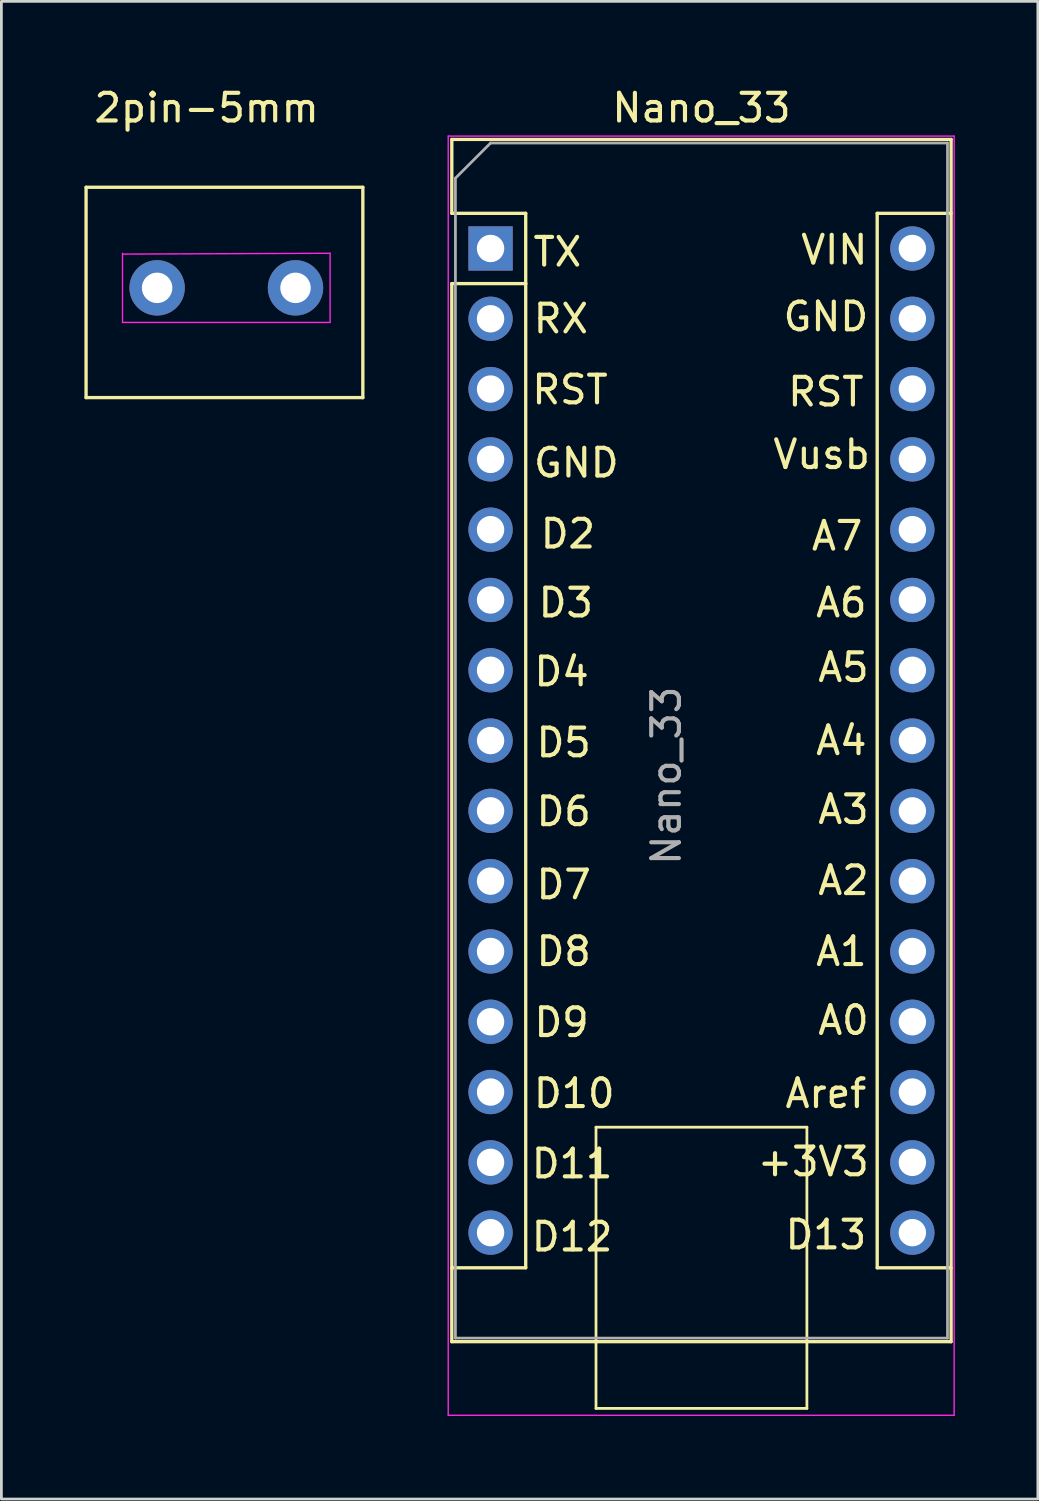
<source format=kicad_pcb>
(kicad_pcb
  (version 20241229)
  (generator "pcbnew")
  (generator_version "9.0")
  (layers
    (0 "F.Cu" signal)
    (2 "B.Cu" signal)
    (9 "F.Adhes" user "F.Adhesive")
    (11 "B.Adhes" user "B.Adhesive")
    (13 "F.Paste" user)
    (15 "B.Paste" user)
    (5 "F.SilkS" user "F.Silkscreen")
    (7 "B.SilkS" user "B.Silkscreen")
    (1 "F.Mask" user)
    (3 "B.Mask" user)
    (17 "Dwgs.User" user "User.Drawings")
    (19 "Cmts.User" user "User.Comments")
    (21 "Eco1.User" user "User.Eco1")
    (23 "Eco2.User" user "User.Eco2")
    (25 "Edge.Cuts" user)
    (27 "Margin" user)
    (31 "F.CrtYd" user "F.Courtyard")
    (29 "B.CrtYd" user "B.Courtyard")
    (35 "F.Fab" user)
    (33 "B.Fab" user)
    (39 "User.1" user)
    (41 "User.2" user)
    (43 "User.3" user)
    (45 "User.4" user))
  (footprint "2pin-5mm"
    (layer "F.Cu")
    (at 4.06 5.217)
    (property "Reference" "2pin-5mm" (at 0.356 -4.369 0) (layer "F.SilkS") (effects (font (size 1 1) (thickness 0.15))))
    (attr through_hole)
    (fp_line (start -4 -1.5) (end 6 -1.5) (stroke (width 0.12) (type solid)) (layer "F.SilkS"))
    (fp_line (start -4 6.1) (end -4 -1.5) (stroke (width 0.12) (type solid)) (layer "F.SilkS"))
    (fp_line (start 6 -1.5) (end 6 6.1) (stroke (width 0.12) (type solid)) (layer "F.SilkS"))
    (fp_line (start 6 6.1) (end -4 6.1) (stroke (width 0.12) (type solid)) (layer "F.SilkS"))
    (fp_line (start -2.683 3.384) (end -2.683 0.884) (stroke (width 0.05) (type solid)) (layer "F.CrtYd"))
    (fp_line (start -2.674 0.914) (end 4.817 0.884) (stroke (width 0.05) (type solid)) (layer "F.CrtYd"))
    (fp_line (start 4.817 0.884) (end 4.817 3.384) (stroke (width 0.05) (type solid)) (layer "F.CrtYd"))
    (fp_line (start 4.817 3.384) (end -2.683 3.384) (stroke (width 0.05) (type solid)) (layer "F.CrtYd"))
    (pad "1" thru_hole circle (at -1.433 2.134) (size 2 2) (drill 1.1) (layers "*.Cu" "*.Mask"))
    (pad "2" thru_hole circle (at 3.567 2.134) (size 2 2) (drill 1.1) (layers "*.Cu" "*.Mask")))
  (footprint "Nano_33"
    (layer "F.Cu")
    (at 14.675 5.928)
    (property "Reference" "Nano_33" (at 7.62 -5.08 0) (layer "F.SilkS") (effects (font (size 1 1) (thickness 0.15))))
    (attr through_hole)
    (fp_line (start -1.4 -3.94) (end -1.4 -1.27) (stroke (width 0.12) (type solid)) (layer "F.SilkS"))
    (fp_line (start -1.4 1.27) (end -1.4 39.5) (stroke (width 0.12) (type solid)) (layer "F.SilkS"))
    (fp_line (start -1.4 39.5) (end 16.64 39.5) (stroke (width 0.12) (type solid)) (layer "F.SilkS"))
    (fp_line (start 1.27 -1.27) (end -1.4 -1.27) (stroke (width 0.12) (type solid)) (layer "F.SilkS"))
    (fp_line (start 1.27 1.27) (end -1.4 1.27) (stroke (width 0.12) (type solid)) (layer "F.SilkS"))
    (fp_line (start 1.27 1.27) (end 1.27 -1.27) (stroke (width 0.12) (type solid)) (layer "F.SilkS"))
    (fp_line (start 1.27 1.27) (end 1.27 36.83) (stroke (width 0.12) (type solid)) (layer "F.SilkS"))
    (fp_line (start 1.27 36.83) (end -1.4 36.83) (stroke (width 0.12) (type solid)) (layer "F.SilkS"))
    (fp_line (start 3.81 31.75) (end 11.43 31.75) (stroke (width 0.1) (type solid)) (layer "F.SilkS"))
    (fp_line (start 3.81 41.91) (end 3.81 31.75) (stroke (width 0.1) (type solid)) (layer "F.SilkS"))
    (fp_line (start 11.43 31.75) (end 11.43 41.91) (stroke (width 0.1) (type solid)) (layer "F.SilkS"))
    (fp_line (start 11.43 41.91) (end 3.81 41.91) (stroke (width 0.1) (type solid)) (layer "F.SilkS"))
    (fp_line (start 13.97 -1.27) (end 13.97 36.83) (stroke (width 0.12) (type solid)) (layer "F.SilkS"))
    (fp_line (start 13.97 -1.27) (end 16.64 -1.27) (stroke (width 0.12) (type solid)) (layer "F.SilkS"))
    (fp_line (start 13.97 36.83) (end 16.64 36.83) (stroke (width 0.12) (type solid)) (layer "F.SilkS"))
    (fp_line (start 16.64 -3.94) (end -1.4 -3.94) (stroke (width 0.12) (type solid)) (layer "F.SilkS"))
    (fp_line (start 16.64 39.5) (end 16.64 -3.94) (stroke (width 0.12) (type solid)) (layer "F.SilkS"))
    (fp_line (start -1.53 -4.06) (end -1.53 42.16) (stroke (width 0.05) (type solid)) (layer "F.CrtYd"))
    (fp_line (start -1.53 -4.06) (end 16.75 -4.06) (stroke (width 0.05) (type solid)) (layer "F.CrtYd"))
    (fp_line (start 16.75 42.16) (end -1.53 42.16) (stroke (width 0.05) (type solid)) (layer "F.CrtYd"))
    (fp_line (start 16.75 42.16) (end 16.75 -4.06) (stroke (width 0.05) (type solid)) (layer "F.CrtYd"))
    (fp_line (start -1.27 -2.54) (end 0 -3.81) (stroke (width 0.1) (type solid)) (layer "F.Fab"))
    (fp_line (start -1.27 39.37) (end -1.27 -2.54) (stroke (width 0.1) (type solid)) (layer "F.Fab"))
    (fp_line (start 0 -3.81) (end 16.51 -3.81) (stroke (width 0.1) (type solid)) (layer "F.Fab"))
    (fp_line (start 16.51 -3.81) (end 16.51 39.37) (stroke (width 0.1) (type solid)) (layer "F.Fab"))
    (fp_line (start 16.51 39.37) (end -1.27 39.37) (stroke (width 0.1) (type solid)) (layer "F.Fab"))
    (fp_text user "D4" (at 2.565 15.291 0) (layer "F.SilkS") (effects (font (size 1 1) (thickness 0.15))))
    (fp_text user "D11" (at 2.946 33.071 0) (layer "F.SilkS") (effects (font (size 1 1) (thickness 0.15))))
    (fp_text user "A0" (at 12.751 27.889 0) (layer "F.SilkS") (effects (font (size 1 1) (thickness 0.15))))
    (fp_text user "D5" (at 2.642 17.856 0) (layer "F.SilkS") (effects (font (size 1 1) (thickness 0.15))))
    (fp_text user "A5" (at 12.751 15.138 0) (layer "F.SilkS") (effects (font (size 1 1) (thickness 0.15))))
    (fp_text user "A2" (at 12.751 22.835 0) (layer "F.SilkS") (effects (font (size 1 1) (thickness 0.15))))
    (fp_text user "D6" (at 2.642 20.345 0) (layer "F.SilkS") (effects (font (size 1 1) (thickness 0.15))))
    (fp_text user "A3" (at 12.751 20.269 0) (layer "F.SilkS") (effects (font (size 1 1) (thickness 0.15))))
    (fp_text user "D10" (at 3.023 30.531 0) (layer "F.SilkS") (effects (font (size 1 1) (thickness 0.15))))
    (fp_text user "GND" (at 12.116 2.464 0) (layer "F.SilkS") (effects (font (size 1 1) (thickness 0.15))))
    (fp_text user "VIN" (at 12.421 0.051 0) (layer "F.SilkS") (effects (font (size 1 1) (thickness 0.15))))
    (fp_text user "A1" (at 12.675 25.4 0) (layer "F.SilkS") (effects (font (size 1 1) (thickness 0.15))))
    (fp_text user "RX" (at 2.54 2.54 0) (layer "F.SilkS") (effects (font (size 1 1) (thickness 0.15))))
    (fp_text user "Aref" (at 12.116 30.531 0) (layer "F.SilkS") (effects (font (size 1 1) (thickness 0.15))))
    (fp_text user "TX" (at 2.413 0.127 0) (layer "F.SilkS") (effects (font (size 1 1) (thickness 0.15))))
    (fp_text user "GND" (at 3.099 7.747 0) (layer "F.SilkS") (effects (font (size 1 1) (thickness 0.15))))
    (fp_text user "D8" (at 2.642 25.4 0) (layer "F.SilkS") (effects (font (size 1 1) (thickness 0.15))))
    (fp_text user "A4" (at 12.675 17.78 0) (layer "F.SilkS") (effects (font (size 1 1) (thickness 0.15))))
    (fp_text user "RST" (at 12.116 5.182 0) (layer "F.SilkS") (effects (font (size 1 1) (thickness 0.15))))
    (fp_text user "D13" (at 12.116 35.636 0) (layer "F.SilkS") (effects (font (size 1 1) (thickness 0.15))))
    (fp_text user "D3" (at 2.718 12.802 0) (layer "F.SilkS") (effects (font (size 1 1) (thickness 0.15))))
    (fp_text user "A7" (at 12.522 10.389 0) (layer "F.SilkS") (effects (font (size 1 1) (thickness 0.15))))
    (fp_text user "A6" (at 12.675 12.802 0) (layer "F.SilkS") (effects (font (size 1 1) (thickness 0.15))))
    (fp_text user "Vusb" (at 11.963 7.442 0) (layer "F.SilkS") (effects (font (size 1 1) (thickness 0.15))))
    (fp_text user "RST" (at 2.87 5.105 0) (layer "F.SilkS") (effects (font (size 1 1) (thickness 0.15))))
    (fp_text user "D12" (at 2.946 35.712 0) (layer "F.SilkS") (effects (font (size 1 1) (thickness 0.15))))
    (fp_text user "+3V3" (at 11.659 32.995 0) (layer "F.SilkS") (effects (font (size 1 1) (thickness 0.15))))
    (fp_text user "D2" (at 2.794 10.312 0) (layer "F.SilkS") (effects (font (size 1 1) (thickness 0.15))))
    (fp_text user "D7" (at 2.642 22.987 0) (layer "F.SilkS") (effects (font (size 1 1) (thickness 0.15))))
    (fp_text user "D9" (at 2.565 27.965 0) (layer "F.SilkS") (effects (font (size 1 1) (thickness 0.15))))
    (fp_text user "${REFERENCE}" (at 6.35 19.05 270) (layer "F.Fab") (effects (font (size 1 1) (thickness 0.15))))
    (pad "1" thru_hole oval (at 15.24 35.56) (size 1.6 1.6) (drill 0.991) (layers "*.Cu" "*.Mask"))
    (pad "2" thru_hole oval (at 15.24 33.02) (size 1.6 1.6) (drill 0.991) (layers "*.Cu" "*.Mask"))
    (pad "3" thru_hole oval (at 15.24 30.48) (size 1.6 1.6) (drill 0.991) (layers "*.Cu" "*.Mask"))
    (pad "4" thru_hole oval (at 15.24 27.94) (size 1.6 1.6) (drill 0.991) (layers "*.Cu" "*.Mask"))
    (pad "5" thru_hole oval (at 15.24 25.4) (size 1.6 1.6) (drill 0.991) (layers "*.Cu" "*.Mask"))
    (pad "6" thru_hole oval (at 15.24 22.86) (size 1.6 1.6) (drill 0.991) (layers "*.Cu" "*.Mask"))
    (pad "7" thru_hole oval (at 15.24 20.32) (size 1.6 1.6) (drill 0.991) (layers "*.Cu" "*.Mask"))
    (pad "8" thru_hole oval (at 15.24 17.78) (size 1.6 1.6) (drill 0.991) (layers "*.Cu" "*.Mask"))
    (pad "9" thru_hole oval (at 15.24 15.24) (size 1.6 1.6) (drill 0.991) (layers "*.Cu" "*.Mask"))
    (pad "10" thru_hole oval (at 15.24 12.7) (size 1.6 1.6) (drill 0.991) (layers "*.Cu" "*.Mask"))
    (pad "11" thru_hole oval (at 15.24 10.16) (size 1.6 1.6) (drill 0.991) (layers "*.Cu" "*.Mask"))
    (pad "12" thru_hole oval (at 15.24 7.62) (size 1.6 1.6) (drill 0.991) (layers "*.Cu" "*.Mask"))
    (pad "13" thru_hole oval (at 15.24 5.08) (size 1.6 1.6) (drill 0.991) (layers "*.Cu" "*.Mask"))
    (pad "14" thru_hole oval (at 15.24 2.54) (size 1.6 1.6) (drill 0.991) (layers "*.Cu" "*.Mask"))
    (pad "15" thru_hole oval (at 15.24 0) (size 1.6 1.6) (drill 0.991) (layers "*.Cu" "*.Mask"))
    (pad "16" thru_hole rect (at 0 0) (size 1.6 1.6) (drill 0.991) (layers "*.Cu" "*.Mask"))
    (pad "17" thru_hole oval (at 0 2.54) (size 1.6 1.6) (drill 0.991) (layers "*.Cu" "*.Mask"))
    (pad "18" thru_hole oval (at 0 5.08) (size 1.6 1.6) (drill 0.991) (layers "*.Cu" "*.Mask"))
    (pad "19" thru_hole oval (at 0 7.62) (size 1.6 1.6) (drill 0.991) (layers "*.Cu" "*.Mask"))
    (pad "20" thru_hole oval (at 0 10.16) (size 1.6 1.6) (drill 0.991) (layers "*.Cu" "*.Mask"))
    (pad "21" thru_hole oval (at 0 12.7) (size 1.6 1.6) (drill 0.991) (layers "*.Cu" "*.Mask"))
    (pad "22" thru_hole oval (at 0 15.24) (size 1.6 1.6) (drill 0.991) (layers "*.Cu" "*.Mask"))
    (pad "23" thru_hole oval (at 0 17.78) (size 1.6 1.6) (drill 0.991) (layers "*.Cu" "*.Mask"))
    (pad "24" thru_hole oval (at 0 20.32) (size 1.6 1.6) (drill 0.991) (layers "*.Cu" "*.Mask"))
    (pad "25" thru_hole oval (at 0 22.86) (size 1.6 1.6) (drill 0.991) (layers "*.Cu" "*.Mask"))
    (pad "26" thru_hole oval (at 0 25.4) (size 1.6 1.6) (drill 0.991) (layers "*.Cu" "*.Mask"))
    (pad "27" thru_hole oval (at 0 27.94) (size 1.6 1.6) (drill 0.991) (layers "*.Cu" "*.Mask"))
    (pad "28" thru_hole oval (at 0 30.48) (size 1.6 1.6) (drill 0.991) (layers "*.Cu" "*.Mask"))
    (pad "29" thru_hole oval (at 0 33.02) (size 1.6 1.6) (drill 0.991) (layers "*.Cu" "*.Mask"))
    (pad "30" thru_hole oval (at 0 35.56) (size 1.6 1.6) (drill 0.991) (layers "*.Cu" "*.Mask")))
  (gr_rect
    (start -3 -3)
    (end 34.45 51.113)
    (stroke (width 0.1) (type default))
    (fill no)
    (layer "Edge.Cuts")))
</source>
